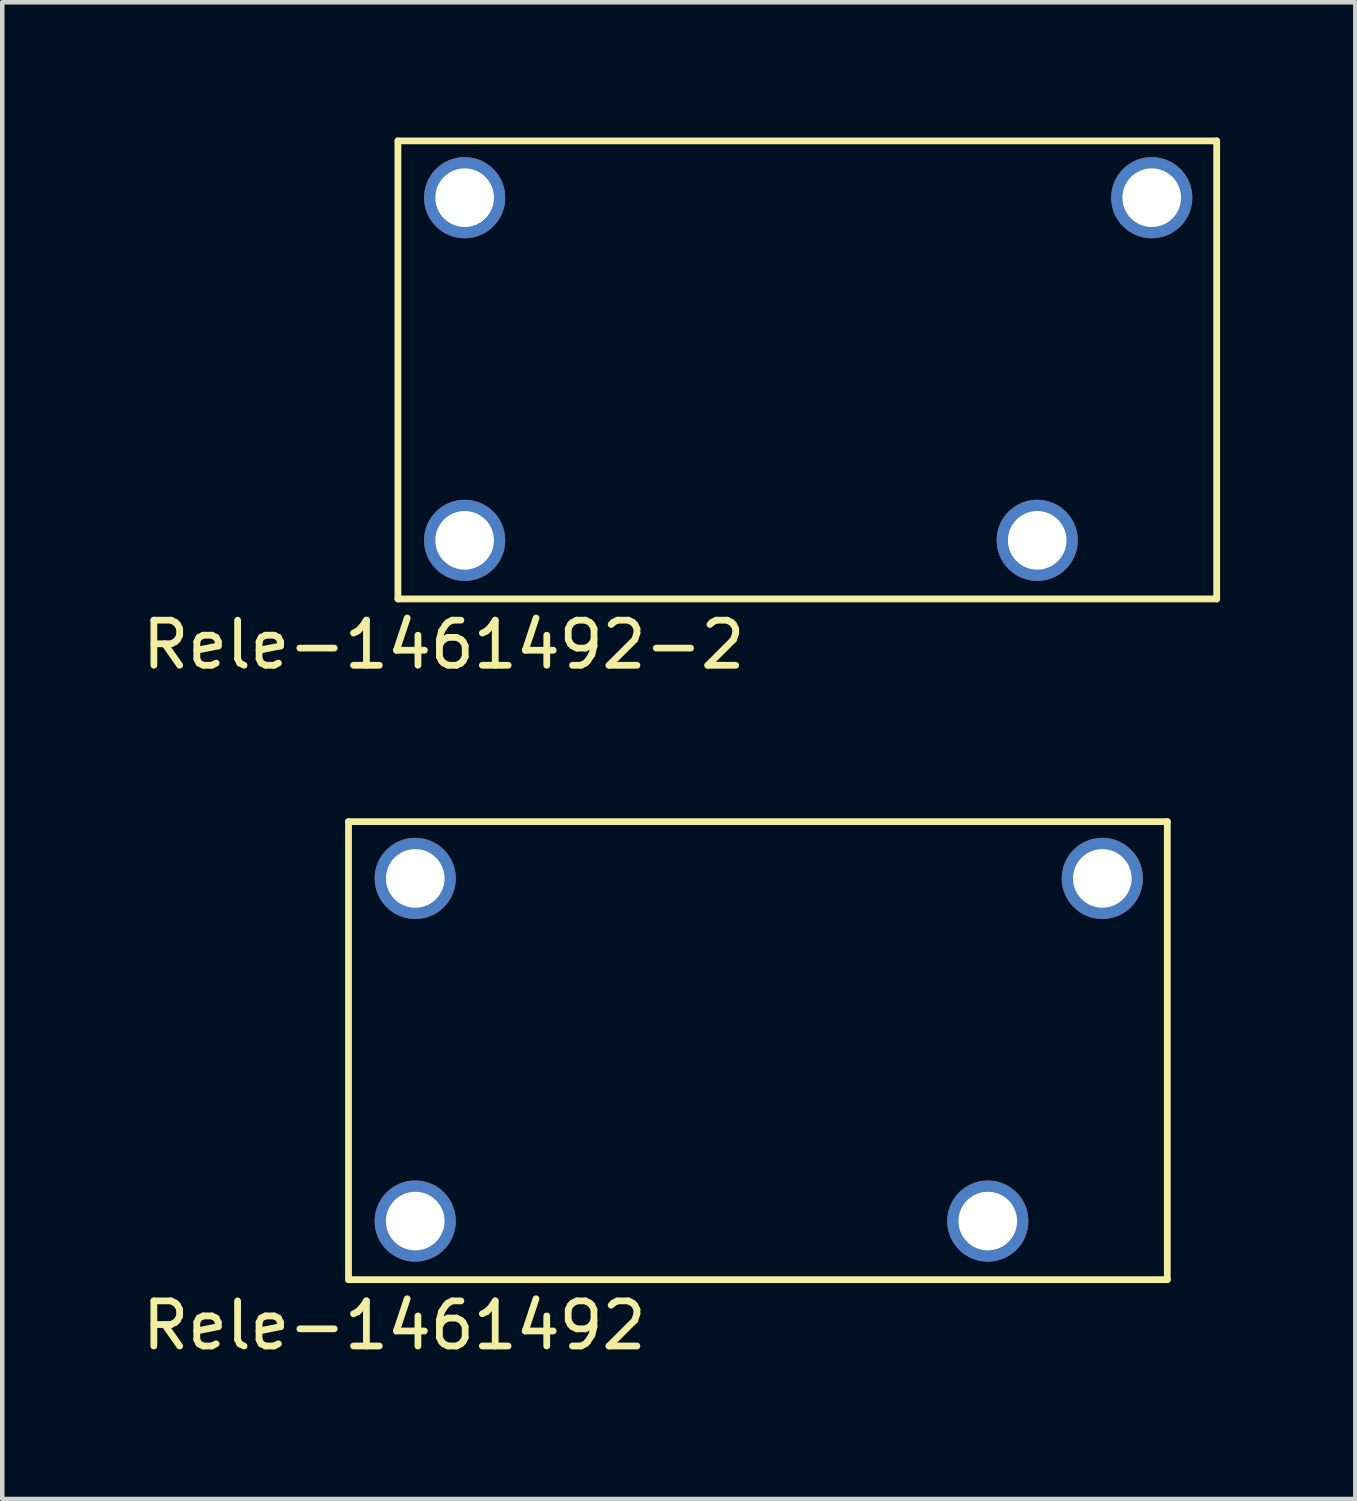
<source format=kicad_pcb>
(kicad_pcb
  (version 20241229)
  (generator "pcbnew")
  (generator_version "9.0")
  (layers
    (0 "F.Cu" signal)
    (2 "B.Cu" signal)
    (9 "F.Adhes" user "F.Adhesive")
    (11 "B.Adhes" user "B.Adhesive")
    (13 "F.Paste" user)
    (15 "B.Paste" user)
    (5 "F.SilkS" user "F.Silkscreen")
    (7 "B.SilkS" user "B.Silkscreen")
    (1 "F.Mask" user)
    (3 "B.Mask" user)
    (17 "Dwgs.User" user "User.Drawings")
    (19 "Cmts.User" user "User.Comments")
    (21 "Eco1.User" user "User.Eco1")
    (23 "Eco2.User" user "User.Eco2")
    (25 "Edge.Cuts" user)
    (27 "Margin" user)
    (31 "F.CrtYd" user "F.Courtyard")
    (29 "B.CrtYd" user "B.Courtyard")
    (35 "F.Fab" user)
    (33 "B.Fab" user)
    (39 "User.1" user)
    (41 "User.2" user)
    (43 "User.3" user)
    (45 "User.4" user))
  (footprint "Rele-1461492-2"
    (layer "F.Cu")
    (at 5.776 10.235)
    (property "Reference" "Rele-1461492-2" (at 1.016 1.016 0) (layer "F.SilkS") (effects (font (size 1 1) (thickness 0.15))))
    (attr through_hole)
    (fp_line (start 0 -10.16) (end 0 0) (stroke (width 0.15) (type solid)) (layer "F.SilkS"))
    (fp_line (start 0 0) (end 18.161 0) (stroke (width 0.15) (type solid)) (layer "F.SilkS"))
    (fp_line (start 18.161 -10.16) (end 0 -10.16) (stroke (width 0.15) (type solid)) (layer "F.SilkS"))
    (fp_line (start 18.161 0) (end 18.161 -10.16) (stroke (width 0.15) (type solid)) (layer "F.SilkS"))
    (pad "1" thru_hole circle (at 1.48 -1.3) (size 1.8 1.8) (drill 1.3) (layers "*.Cu" "*.Mask"))
    (pad "2" thru_hole circle (at 1.48 -8.9) (size 1.8 1.8) (drill 1.3) (layers "*.Cu" "*.Mask"))
    (pad "3" thru_hole circle (at 16.72 -8.9) (size 1.8 1.8) (drill 1.3) (layers "*.Cu" "*.Mask"))
    (pad "4" thru_hole circle (at 14.18 -1.3) (size 1.8 1.8) (drill 1.3) (layers "*.Cu" "*.Mask")))
  (footprint "Rele-1461492"
    (layer "F.Cu")
    (at 4.68 25.334)
    (property "Reference" "Rele-1461492" (at 1.016 1.016 0) (layer "F.SilkS") (effects (font (size 1 1) (thickness 0.15))))
    (attr through_hole)
    (fp_line (start 0 -10.16) (end 0 0) (stroke (width 0.15) (type solid)) (layer "F.SilkS"))
    (fp_line (start 0 0) (end 18.161 0) (stroke (width 0.15) (type solid)) (layer "F.SilkS"))
    (fp_line (start 18.161 -10.16) (end 0 -10.16) (stroke (width 0.15) (type solid)) (layer "F.SilkS"))
    (fp_line (start 18.161 0) (end 18.161 -10.16) (stroke (width 0.15) (type solid)) (layer "F.SilkS"))
    (pad "1" thru_hole circle (at 1.48 -1.3) (size 1.8 1.8) (drill 1.3) (layers "*.Cu" "*.Mask"))
    (pad "2" thru_hole circle (at 1.48 -8.9) (size 1.8 1.8) (drill 1.3) (layers "*.Cu" "*.Mask"))
    (pad "3" thru_hole circle (at 16.72 -8.9) (size 1.8 1.8) (drill 1.3) (layers "*.Cu" "*.Mask"))
    (pad "4" thru_hole circle (at 14.18 -1.3) (size 1.8 1.8) (drill 1.3) (layers "*.Cu" "*.Mask")))
  (gr_rect
    (start -3 -3)
    (end 27.012 30.198)
    (stroke (width 0.1) (type default))
    (fill no)
    (layer "Edge.Cuts")))
</source>
